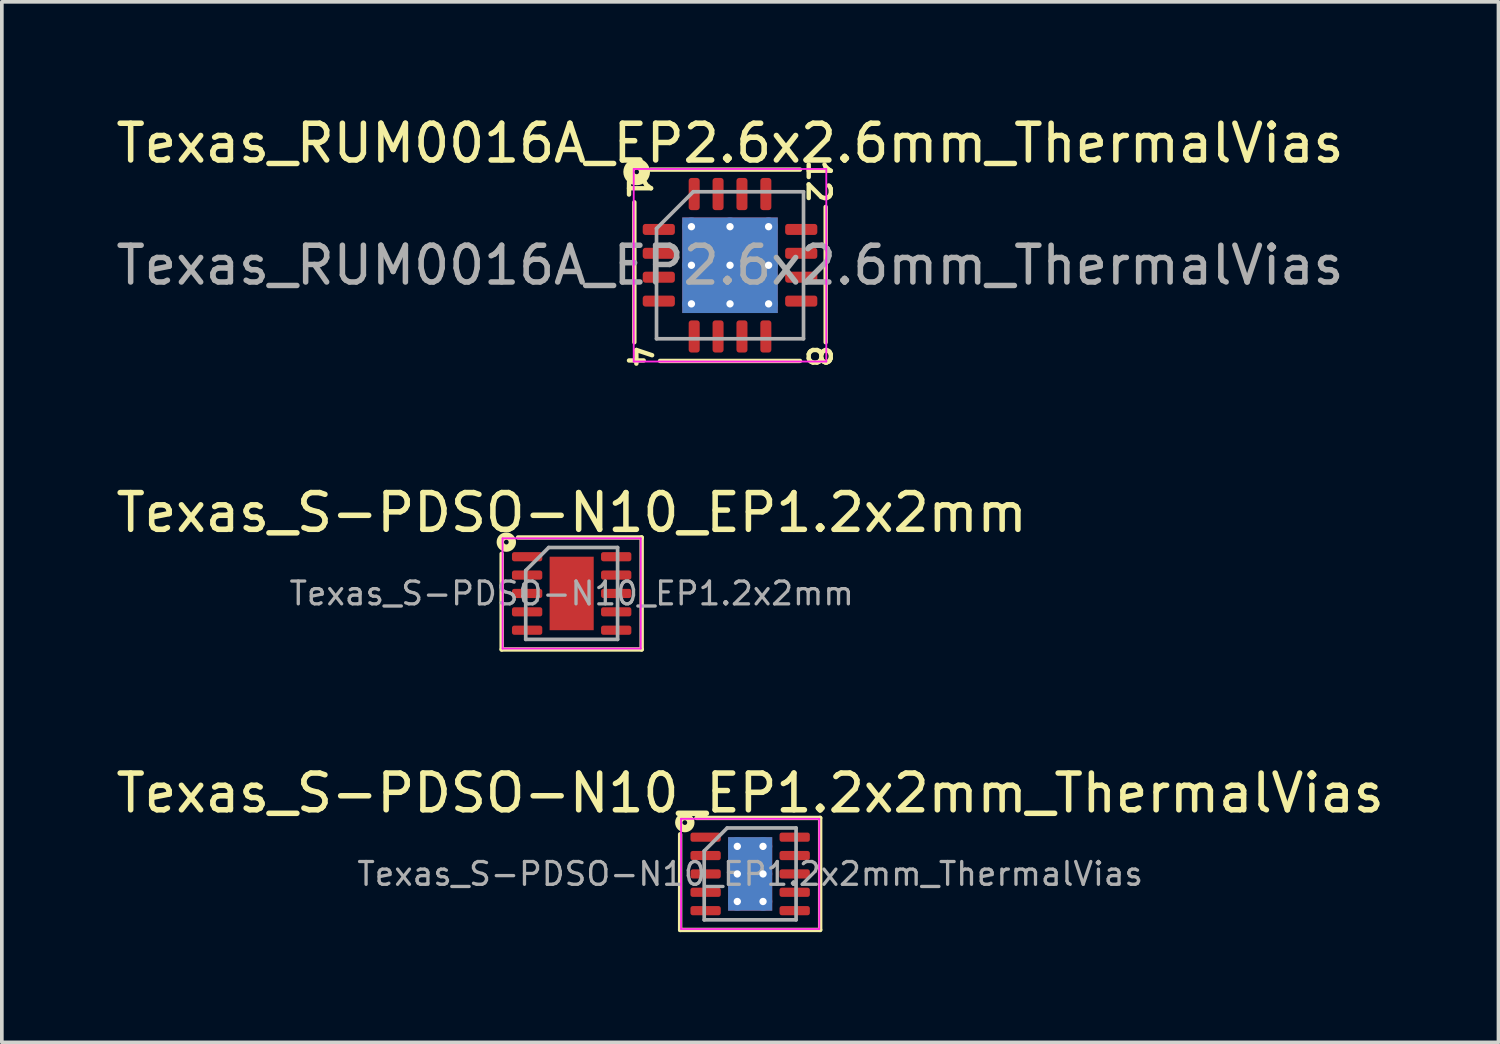
<source format=kicad_pcb>
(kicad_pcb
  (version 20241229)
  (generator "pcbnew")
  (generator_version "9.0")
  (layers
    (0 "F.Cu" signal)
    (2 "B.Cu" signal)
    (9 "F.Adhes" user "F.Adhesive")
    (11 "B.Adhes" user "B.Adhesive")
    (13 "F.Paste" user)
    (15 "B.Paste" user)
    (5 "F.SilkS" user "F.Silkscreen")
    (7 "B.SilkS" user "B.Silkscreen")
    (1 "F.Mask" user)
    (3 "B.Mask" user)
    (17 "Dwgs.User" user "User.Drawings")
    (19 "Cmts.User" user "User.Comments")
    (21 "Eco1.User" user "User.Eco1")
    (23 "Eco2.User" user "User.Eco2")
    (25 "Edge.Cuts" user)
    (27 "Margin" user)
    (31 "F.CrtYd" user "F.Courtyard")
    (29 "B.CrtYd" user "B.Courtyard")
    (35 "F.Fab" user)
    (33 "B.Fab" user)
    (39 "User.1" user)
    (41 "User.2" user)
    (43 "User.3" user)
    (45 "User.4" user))
  (footprint "Texas_RUM0016A_EP2.6x2.6mm_ThermalVias"
    (layer "F.Cu")
    (at 16.815 4.168)
    (property "Reference" "Texas_RUM0016A_EP2.6x2.6mm_ThermalVias" (at 0 -3.32 0) (layer "F.SilkS") (effects (font (size 1 1) (thickness 0.15))))
    (attr smd)
    (fp_line (start -2.603 -1.714) (end -2.603 2.095) (stroke (width 0.12) (type solid)) (layer "F.SilkS"))
    (fp_line (start -1.905 2.603) (end 1.905 2.603) (stroke (width 0.12) (type solid)) (layer "F.SilkS"))
    (fp_line (start 1.905 -2.603) (end -2.159 -2.603) (stroke (width 0.12) (type solid)) (layer "F.SilkS"))
    (fp_line (start 2.603 2.095) (end 2.603 -1.587) (stroke (width 0.12) (type solid)) (layer "F.SilkS"))
    (fp_circle (center -2.54 -2.54) (end -2.477 -2.54) (stroke (width 0.3) (type solid)) (fill no) (layer "F.SilkS"))
    (fp_line (start -2.62 -2.62) (end -2.62 2.62) (stroke (width 0.05) (type solid)) (layer "F.CrtYd"))
    (fp_line (start -2.62 2.62) (end 2.62 2.62) (stroke (width 0.05) (type solid)) (layer "F.CrtYd"))
    (fp_line (start 2.62 -2.62) (end -2.62 -2.62) (stroke (width 0.05) (type solid)) (layer "F.CrtYd"))
    (fp_line (start 2.62 2.62) (end 2.62 -2.62) (stroke (width 0.05) (type solid)) (layer "F.CrtYd"))
    (fp_line (start -2 -1) (end -1 -2) (stroke (width 0.1) (type solid)) (layer "F.Fab"))
    (fp_line (start -2 2) (end -2 -1) (stroke (width 0.1) (type solid)) (layer "F.Fab"))
    (fp_line (start -1 -2) (end 2 -2) (stroke (width 0.1) (type solid)) (layer "F.Fab"))
    (fp_line (start 2 -2) (end 2 2) (stroke (width 0.1) (type solid)) (layer "F.Fab"))
    (fp_line (start 2 2) (end -2 2) (stroke (width 0.1) (type solid)) (layer "F.Fab"))
    (fp_text user "1" (at -2.477 -2.095 270) (unlocked yes) (layer "F.SilkS") (effects (font (size 0.6 0.6) (thickness 0.12))))
    (fp_text user "12" (at 2.413 -2.286 270) (unlocked yes) (layer "F.SilkS") (effects (font (size 0.6 0.6) (thickness 0.12))))
    (fp_text user "4" (at -2.477 2.477 270) (unlocked yes) (layer "F.SilkS") (effects (font (size 0.6 0.6) (thickness 0.12))))
    (fp_text user "8" (at 2.413 2.477 270) (unlocked yes) (layer "F.SilkS") (effects (font (size 0.6 0.6) (thickness 0.12))))
    (fp_text user "${REFERENCE}" (at 0 0 0) (layer "F.Fab") (effects (font (size 1 1) (thickness 0.15))))
    (pad "" smd roundrect (at -0.65 -0.65) (size 1.09 1.09) (layers "F.Paste") (roundrect_rratio 0.229))
    (pad "" smd roundrect (at -0.65 0.65) (size 1.09 1.09) (layers "F.Paste") (roundrect_rratio 0.229))
    (pad "" smd roundrect (at 0.65 -0.65) (size 1.09 1.09) (layers "F.Paste") (roundrect_rratio 0.229))
    (pad "" smd roundrect (at 0.65 0.65) (size 1.09 1.09) (layers "F.Paste") (roundrect_rratio 0.229))
    (pad "1" smd roundrect (at -1.938 -0.975) (size 0.875 0.3) (layers "F.Cu" "F.Mask" "F.Paste") (roundrect_rratio 0.25))
    (pad "2" smd roundrect (at -1.938 -0.325) (size 0.875 0.3) (layers "F.Cu" "F.Mask" "F.Paste") (roundrect_rratio 0.25))
    (pad "3" smd roundrect (at -1.938 0.325) (size 0.875 0.3) (layers "F.Cu" "F.Mask" "F.Paste") (roundrect_rratio 0.25))
    (pad "4" smd roundrect (at -1.938 0.975) (size 0.875 0.3) (layers "F.Cu" "F.Mask" "F.Paste") (roundrect_rratio 0.25))
    (pad "5" smd roundrect (at -0.975 1.938) (size 0.3 0.875) (layers "F.Cu" "F.Mask" "F.Paste") (roundrect_rratio 0.25))
    (pad "6" smd roundrect (at -0.325 1.938) (size 0.3 0.875) (layers "F.Cu" "F.Mask" "F.Paste") (roundrect_rratio 0.25))
    (pad "7" smd roundrect (at 0.325 1.938) (size 0.3 0.875) (layers "F.Cu" "F.Mask" "F.Paste") (roundrect_rratio 0.25))
    (pad "8" smd roundrect (at 0.975 1.938) (size 0.3 0.875) (layers "F.Cu" "F.Mask" "F.Paste") (roundrect_rratio 0.25))
    (pad "9" smd roundrect (at 1.938 0.975) (size 0.875 0.3) (layers "F.Cu" "F.Mask" "F.Paste") (roundrect_rratio 0.25))
    (pad "10" smd roundrect (at 1.938 0.325) (size 0.875 0.3) (layers "F.Cu" "F.Mask" "F.Paste") (roundrect_rratio 0.25))
    (pad "11" smd roundrect (at 1.938 -0.325) (size 0.875 0.3) (layers "F.Cu" "F.Mask" "F.Paste") (roundrect_rratio 0.25))
    (pad "12" smd roundrect (at 1.938 -0.975) (size 0.875 0.3) (layers "F.Cu" "F.Mask" "F.Paste") (roundrect_rratio 0.25))
    (pad "13" smd roundrect (at 0.975 -1.938) (size 0.3 0.875) (layers "F.Cu" "F.Mask" "F.Paste") (roundrect_rratio 0.25))
    (pad "14" smd roundrect (at 0.325 -1.938) (size 0.3 0.875) (layers "F.Cu" "F.Mask" "F.Paste") (roundrect_rratio 0.25))
    (pad "15" smd roundrect (at -0.325 -1.938) (size 0.3 0.875) (layers "F.Cu" "F.Mask" "F.Paste") (roundrect_rratio 0.25))
    (pad "16" smd roundrect (at -0.975 -1.938) (size 0.3 0.875) (layers "F.Cu" "F.Mask" "F.Paste") (roundrect_rratio 0.25))
    (pad "17" thru_hole circle (at -1.05 -1.05) (size 0.5 0.5) (drill 0.2) (layers "*.Cu"))
    (pad "17" thru_hole circle (at -1.05 0) (size 0.5 0.5) (drill 0.2) (layers "*.Cu"))
    (pad "17" thru_hole circle (at -1.05 1.05) (size 0.5 0.5) (drill 0.2) (layers "*.Cu"))
    (pad "17" thru_hole circle (at 0 -1.05) (size 0.5 0.5) (drill 0.2) (layers "*.Cu"))
    (pad "17" thru_hole circle (at 0 0) (size 0.5 0.5) (drill 0.2) (layers "*.Cu"))
    (pad "17" smd rect (at 0 0) (size 2.6 2.6) (layers "F.Cu" "F.Mask"))
    (pad "17" smd rect (at 0 0) (size 2.6 2.6) (layers "B.Cu" "B.Mask"))
    (pad "17" thru_hole circle (at 0 1.05) (size 0.5 0.5) (drill 0.2) (layers "*.Cu"))
    (pad "17" thru_hole circle (at 1.05 -1.05) (size 0.5 0.5) (drill 0.2) (layers "*.Cu"))
    (pad "17" thru_hole circle (at 1.05 0) (size 0.5 0.5) (drill 0.2) (layers "*.Cu"))
    (pad "17" thru_hole circle (at 1.05 1.05) (size 0.5 0.5) (drill 0.2) (layers "*.Cu")))
  (footprint "Texas_S-PDSO-N10_EP1.2x2mm"
    (layer "F.Cu")
    (at 12.506 13.099)
    (property "Reference" "Texas_S-PDSO-N10_EP1.2x2mm" (at 0 -2.2 0) (layer "F.SilkS") (effects (font (size 1 1) (thickness 0.15))))
    (attr smd)
    (fp_line (start -1.905 -1.079) (end -1.905 1.524) (stroke (width 0.12) (type solid)) (layer "F.SilkS"))
    (fp_line (start -1.905 1.524) (end 1.905 1.524) (stroke (width 0.12) (type solid)) (layer "F.SilkS"))
    (fp_line (start 1.905 -1.524) (end -1.46 -1.524) (stroke (width 0.12) (type solid)) (layer "F.SilkS"))
    (fp_line (start 1.905 1.524) (end 1.905 -1.524) (stroke (width 0.12) (type solid)) (layer "F.SilkS"))
    (fp_circle (center -1.778 -1.397) (end -1.714 -1.397) (stroke (width 0.2) (type solid)) (fill no) (layer "F.SilkS"))
    (fp_line (start -1.88 -1.5) (end -1.88 1.5) (stroke (width 0.05) (type solid)) (layer "F.CrtYd"))
    (fp_line (start -1.88 1.5) (end 1.88 1.5) (stroke (width 0.05) (type solid)) (layer "F.CrtYd"))
    (fp_line (start 1.88 -1.5) (end -1.88 -1.5) (stroke (width 0.05) (type solid)) (layer "F.CrtYd"))
    (fp_line (start 1.88 1.5) (end 1.88 -1.5) (stroke (width 0.05) (type solid)) (layer "F.CrtYd"))
    (fp_line (start -1.25 -0.625) (end -0.625 -1.25) (stroke (width 0.1) (type solid)) (layer "F.Fab"))
    (fp_line (start -1.25 1.25) (end -1.25 -0.625) (stroke (width 0.1) (type solid)) (layer "F.Fab"))
    (fp_line (start -0.625 -1.25) (end 1.25 -1.25) (stroke (width 0.1) (type solid)) (layer "F.Fab"))
    (fp_line (start 1.25 -1.25) (end 1.25 1.25) (stroke (width 0.1) (type solid)) (layer "F.Fab"))
    (fp_line (start 1.25 1.25) (end -1.25 1.25) (stroke (width 0.1) (type solid)) (layer "F.Fab"))
    (fp_text user "${REFERENCE}" (at 0 0 0) (layer "F.Fab") (effects (font (size 0.62 0.62) (thickness 0.09))))
    (pad "" smd roundrect (at -0.3 -0.5) (size 0.48 0.81) (layers "F.Paste") (roundrect_rratio 0.25))
    (pad "" smd roundrect (at -0.3 0.5) (size 0.48 0.81) (layers "F.Paste") (roundrect_rratio 0.25))
    (pad "" smd roundrect (at 0.3 -0.5) (size 0.48 0.81) (layers "F.Paste") (roundrect_rratio 0.25))
    (pad "" smd roundrect (at 0.3 0.5) (size 0.48 0.81) (layers "F.Paste") (roundrect_rratio 0.25))
    (pad "1" smd roundrect (at -1.212 -1) (size 0.825 0.25) (layers "F.Cu" "F.Mask" "F.Paste") (roundrect_rratio 0.25))
    (pad "2" smd roundrect (at -1.212 -0.5) (size 0.825 0.25) (layers "F.Cu" "F.Mask" "F.Paste") (roundrect_rratio 0.25))
    (pad "3" smd roundrect (at -1.212 0) (size 0.825 0.25) (layers "F.Cu" "F.Mask" "F.Paste") (roundrect_rratio 0.25))
    (pad "4" smd roundrect (at -1.212 0.5) (size 0.825 0.25) (layers "F.Cu" "F.Mask" "F.Paste") (roundrect_rratio 0.25))
    (pad "5" smd roundrect (at -1.212 1) (size 0.825 0.25) (layers "F.Cu" "F.Mask" "F.Paste") (roundrect_rratio 0.25))
    (pad "6" smd roundrect (at 1.212 1) (size 0.825 0.25) (layers "F.Cu" "F.Mask" "F.Paste") (roundrect_rratio 0.25))
    (pad "7" smd roundrect (at 1.212 0.5) (size 0.825 0.25) (layers "F.Cu" "F.Mask" "F.Paste") (roundrect_rratio 0.25))
    (pad "8" smd roundrect (at 1.212 0) (size 0.825 0.25) (layers "F.Cu" "F.Mask" "F.Paste") (roundrect_rratio 0.25))
    (pad "9" smd roundrect (at 1.212 -0.5) (size 0.825 0.25) (layers "F.Cu" "F.Mask" "F.Paste") (roundrect_rratio 0.25))
    (pad "10" smd roundrect (at 1.212 -1) (size 0.825 0.25) (layers "F.Cu" "F.Mask" "F.Paste") (roundrect_rratio 0.25))
    (pad "11" smd rect (at 0 0) (size 1.2 2) (layers "F.Cu" "F.Mask")))
  (footprint "Texas_S-PDSO-N10_EP1.2x2mm_ThermalVias"
    (layer "F.Cu")
    (at 17.363 20.731)
    (property "Reference" "Texas_S-PDSO-N10_EP1.2x2mm_ThermalVias" (at 0 -2.2 0) (layer "F.SilkS") (effects (font (size 1 1) (thickness 0.15))))
    (attr smd)
    (fp_line (start -1.905 -1.079) (end -1.905 1.524) (stroke (width 0.12) (type solid)) (layer "F.SilkS"))
    (fp_line (start -1.905 1.524) (end 1.905 1.524) (stroke (width 0.12) (type solid)) (layer "F.SilkS"))
    (fp_line (start 1.905 -1.524) (end -1.46 -1.524) (stroke (width 0.12) (type solid)) (layer "F.SilkS"))
    (fp_line (start 1.905 1.524) (end 1.905 -1.524) (stroke (width 0.12) (type solid)) (layer "F.SilkS"))
    (fp_circle (center -1.778 -1.397) (end -1.714 -1.397) (stroke (width 0.2) (type solid)) (fill no) (layer "F.SilkS"))
    (fp_line (start -1.88 -1.5) (end -1.88 1.5) (stroke (width 0.05) (type solid)) (layer "F.CrtYd"))
    (fp_line (start -1.88 1.5) (end 1.88 1.5) (stroke (width 0.05) (type solid)) (layer "F.CrtYd"))
    (fp_line (start 1.88 -1.5) (end -1.88 -1.5) (stroke (width 0.05) (type solid)) (layer "F.CrtYd"))
    (fp_line (start 1.88 1.5) (end 1.88 -1.5) (stroke (width 0.05) (type solid)) (layer "F.CrtYd"))
    (fp_line (start -1.25 -0.625) (end -0.625 -1.25) (stroke (width 0.1) (type solid)) (layer "F.Fab"))
    (fp_line (start -1.25 1.25) (end -1.25 -0.625) (stroke (width 0.1) (type solid)) (layer "F.Fab"))
    (fp_line (start -0.625 -1.25) (end 1.25 -1.25) (stroke (width 0.1) (type solid)) (layer "F.Fab"))
    (fp_line (start 1.25 -1.25) (end 1.25 1.25) (stroke (width 0.1) (type solid)) (layer "F.Fab"))
    (fp_line (start 1.25 1.25) (end -1.25 1.25) (stroke (width 0.1) (type solid)) (layer "F.Fab"))
    (fp_text user "${REFERENCE}" (at 0 0 0) (layer "F.Fab") (effects (font (size 0.62 0.62) (thickness 0.09))))
    (pad "" smd roundrect (at -0.3 -0.5) (size 0.5 0.84) (layers "F.Paste") (roundrect_rratio 0.25))
    (pad "" smd roundrect (at -0.3 0.5) (size 0.5 0.84) (layers "F.Paste") (roundrect_rratio 0.25))
    (pad "" smd roundrect (at 0.3 -0.5) (size 0.5 0.84) (layers "F.Paste") (roundrect_rratio 0.25))
    (pad "" smd roundrect (at 0.3 0.5) (size 0.5 0.84) (layers "F.Paste") (roundrect_rratio 0.25))
    (pad "1" smd roundrect (at -1.212 -1) (size 0.825 0.25) (layers "F.Cu" "F.Mask" "F.Paste") (roundrect_rratio 0.25))
    (pad "2" smd roundrect (at -1.212 -0.5) (size 0.825 0.25) (layers "F.Cu" "F.Mask" "F.Paste") (roundrect_rratio 0.25))
    (pad "3" smd roundrect (at -1.212 0) (size 0.825 0.25) (layers "F.Cu" "F.Mask" "F.Paste") (roundrect_rratio 0.25))
    (pad "4" smd roundrect (at -1.212 0.5) (size 0.825 0.25) (layers "F.Cu" "F.Mask" "F.Paste") (roundrect_rratio 0.25))
    (pad "5" smd roundrect (at -1.212 1) (size 0.825 0.25) (layers "F.Cu" "F.Mask" "F.Paste") (roundrect_rratio 0.25))
    (pad "6" smd roundrect (at 1.212 1) (size 0.825 0.25) (layers "F.Cu" "F.Mask" "F.Paste") (roundrect_rratio 0.25))
    (pad "7" smd roundrect (at 1.212 0.5) (size 0.825 0.25) (layers "F.Cu" "F.Mask" "F.Paste") (roundrect_rratio 0.25))
    (pad "8" smd roundrect (at 1.212 0) (size 0.825 0.25) (layers "F.Cu" "F.Mask" "F.Paste") (roundrect_rratio 0.25))
    (pad "9" smd roundrect (at 1.212 -0.5) (size 0.825 0.25) (layers "F.Cu" "F.Mask" "F.Paste") (roundrect_rratio 0.25))
    (pad "10" smd roundrect (at 1.212 -1) (size 0.825 0.25) (layers "F.Cu" "F.Mask" "F.Paste") (roundrect_rratio 0.25))
    (pad "11" thru_hole circle (at -0.35 -0.75) (size 0.5 0.5) (drill 0.2) (layers "*.Cu"))
    (pad "11" thru_hole circle (at -0.35 0) (size 0.5 0.5) (drill 0.2) (layers "*.Cu"))
    (pad "11" thru_hole circle (at -0.35 0.75) (size 0.5 0.5) (drill 0.2) (layers "*.Cu"))
    (pad "11" smd rect (at 0 0) (size 1.2 2) (layers "F.Cu" "F.Mask"))
    (pad "11" smd rect (at 0 0) (size 1.2 2) (layers "B.Cu" "B.Mask"))
    (pad "11" thru_hole circle (at 0.35 -0.75) (size 0.5 0.5) (drill 0.2) (layers "*.Cu"))
    (pad "11" thru_hole circle (at 0.35 0) (size 0.5 0.5) (drill 0.2) (layers "*.Cu"))
    (pad "11" thru_hole circle (at 0.35 0.75) (size 0.5 0.5) (drill 0.2) (layers "*.Cu")))
  (gr_rect
    (start -3 -3)
    (end 37.726 25.315)
    (stroke (width 0.1) (type default))
    (fill no)
    (layer "Edge.Cuts")))
</source>
